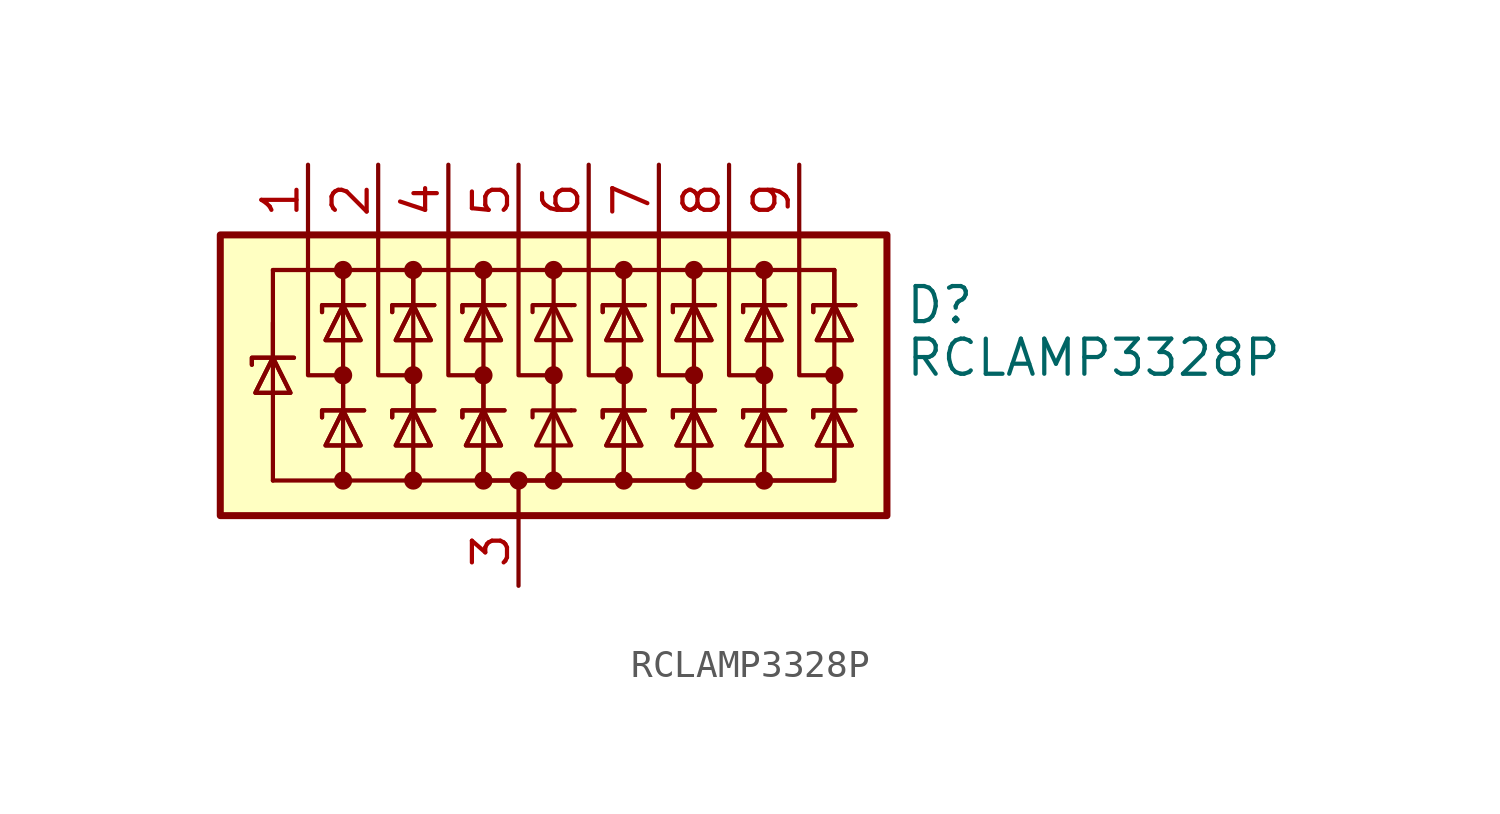
<source format=kicad_sym>
(kicad_symbol_lib
  (version 20200908)
  (generator kicad_symbol_editor)
  (symbol "Power_Protection:RCLAMP3328P"
    (pin_names hide)
    (property "Reference" "D"
      (at 13.97 2.54 0)
      (effects (font (size 1.27 1.27)) (justify left)))
    (property "Value" "RCLAMP3328P"
      (at 13.97 0.635 0)
      (effects (font (size 1.27 1.27)) (justify left)))
    (symbol "RCLAMP3328P_0_1"
      (circle (center -6.35 -3.81) (radius 0.254) (stroke (width 0)) (fill (type outline)))
      (circle (center -6.35 0) (radius 0.254) (stroke (width 0)) (fill (type outline)))
      (circle (center -6.35 3.81) (radius 0.254) (stroke (width 0)) (fill (type outline)))
      (circle (center -3.81 -3.81) (radius 0.254) (stroke (width 0)) (fill (type outline)))
      (circle (center -3.81 0) (radius 0.254) (stroke (width 0)) (fill (type outline)))
      (circle (center -3.81 3.81) (radius 0.254) (stroke (width 0)) (fill (type outline)))
      (circle (center -1.27 -3.81) (radius 0.254) (stroke (width 0)) (fill (type outline)))
      (circle (center -1.27 0) (radius 0.254) (stroke (width 0)) (fill (type outline)))
      (circle (center -1.27 3.81) (radius 0.254) (stroke (width 0)) (fill (type outline)))
      (circle (center 0 -3.81) (radius 0.254) (stroke (width 0)) (fill (type outline)))
      (circle (center 1.27 -3.81) (radius 0.254) (stroke (width 0)) (fill (type outline)))
      (circle (center 1.27 0) (radius 0.254) (stroke (width 0)) (fill (type outline)))
      (circle (center 1.27 3.81) (radius 0.254) (stroke (width 0)) (fill (type outline)))
      (circle (center 3.81 -3.81) (radius 0.254) (stroke (width 0)) (fill (type outline)))
      (circle (center 3.81 0) (radius 0.254) (stroke (width 0)) (fill (type outline)))
      (circle (center 3.81 3.81) (radius 0.254) (stroke (width 0)) (fill (type outline)))
      (circle (center 6.35 -3.81) (radius 0.254) (stroke (width 0)) (fill (type outline)))
      (circle (center 6.35 0) (radius 0.254) (stroke (width 0)) (fill (type outline)))
      (circle (center 6.35 3.81) (radius 0.254) (stroke (width 0)) (fill (type outline)))
      (circle (center 8.89 -3.81) (radius 0.254) (stroke (width 0)) (fill (type outline)))
      (circle (center 8.89 0) (radius 0.254) (stroke (width 0)) (fill (type outline)))
      (circle (center 8.89 3.81) (radius 0.254) (stroke (width 0)) (fill (type outline)))
      (circle (center 11.43 0) (radius 0.254) (stroke (width 0)) (fill (type outline)))
      (rectangle (start -10.795 5.08) (end 13.335 -5.08) (stroke (width 0.254)) (fill (type background)))
      (polyline (pts (xy -8.89 0.635) (xy -8.89 -3.81)) (stroke (width 0)) (fill (type none)))
      (polyline (pts (xy -8.89 1.905) (xy -8.89 0.635)) (stroke (width 0)) (fill (type none)))
      (polyline (pts (xy -8.89 3.81) (xy -8.89 0.635)) (stroke (width 0)) (fill (type none)))
      (polyline (pts (xy -6.35 -3.81) (xy -8.89 -3.81)) (stroke (width 0)) (fill (type none)))
      (polyline (pts (xy -6.35 0) (xy -6.35 -1.27)) (stroke (width 0)) (fill (type none)))
      (polyline (pts (xy -6.35 2.54) (xy -6.35 -1.27)) (stroke (width 0)) (fill (type none)))
      (polyline (pts (xy -6.35 3.81) (xy -6.35 2.54)) (stroke (width 0)) (fill (type none)))
      (polyline (pts (xy -6.35 3.81) (xy -6.35 2.54)) (stroke (width 0)) (fill (type none)))
      (polyline (pts (xy -3.81 0) (xy -3.81 -1.27)) (stroke (width 0)) (fill (type none)))
      (polyline (pts (xy -3.81 2.54) (xy -3.81 -1.27)) (stroke (width 0)) (fill (type none)))
      (polyline (pts (xy -3.81 3.81) (xy -3.81 2.54)) (stroke (width 0)) (fill (type none)))
      (polyline (pts (xy -3.81 3.81) (xy -3.81 2.54)) (stroke (width 0)) (fill (type none)))
      (polyline (pts (xy -1.27 0) (xy -1.27 -1.27)) (stroke (width 0)) (fill (type none)))
      (polyline (pts (xy -1.27 2.54) (xy -1.27 -1.27)) (stroke (width 0)) (fill (type none)))
      (polyline (pts (xy -1.27 3.81) (xy -1.27 2.54)) (stroke (width 0)) (fill (type none)))
      (polyline (pts (xy -1.27 3.81) (xy -1.27 2.54)) (stroke (width 0)) (fill (type none)))
      (polyline (pts (xy 0 -5.08) (xy 0 -3.81)) (stroke (width 0)) (fill (type none)))
      (polyline (pts (xy 1.27 -3.81) (xy 1.27 2.54)) (stroke (width 0)) (fill (type none)))
      (polyline (pts (xy 1.27 3.81) (xy 1.27 2.54)) (stroke (width 0)) (fill (type none)))
      (polyline (pts (xy 1.905 -1.27) (xy 2.032 -1.27)) (stroke (width 0)) (fill (type none)))
      (polyline (pts (xy 1.905 2.54) (xy 2.032 2.54)) (stroke (width 0)) (fill (type none)))
      (polyline (pts (xy 3.81 2.54) (xy 3.81 -1.27)) (stroke (width 0)) (fill (type none)))
      (polyline (pts (xy 3.81 3.81) (xy 3.81 2.54)) (stroke (width 0)) (fill (type none)))
      (polyline (pts (xy 6.35 2.54) (xy 6.35 -1.27)) (stroke (width 0)) (fill (type none)))
      (polyline (pts (xy 6.35 3.81) (xy 6.35 2.54)) (stroke (width 0)) (fill (type none)))
      (polyline (pts (xy 6.35 3.81) (xy 6.35 2.54)) (stroke (width 0)) (fill (type none)))
      (polyline (pts (xy 8.89 2.54) (xy 8.89 -1.27)) (stroke (width 0)) (fill (type none)))
      (polyline (pts (xy 8.89 3.81) (xy 8.89 2.54)) (stroke (width 0)) (fill (type none)))
      (polyline (pts (xy 8.89 3.81) (xy 8.89 2.54)) (stroke (width 0)) (fill (type none)))
      (polyline (pts (xy 11.43 2.54) (xy 11.43 -1.27)) (stroke (width 0)) (fill (type none)))
      (polyline (pts (xy 11.43 3.81) (xy -8.89 3.81)) (stroke (width 0)) (fill (type none)))
      (polyline (pts (xy 11.43 3.81) (xy 11.43 2.54)) (stroke (width 0)) (fill (type none)))
      (polyline (pts (xy 11.43 3.81) (xy 11.43 2.54)) (stroke (width 0)) (fill (type none)))
      (polyline (pts (xy -7.62 5.08) (xy -7.62 0) (xy -6.35 0)) (stroke (width 0)) (fill (type none)))
      (polyline (pts (xy -6.35 -1.27) (xy -6.35 -3.81) (xy -3.81 -3.81)) (stroke (width 0)) (fill (type none)))
      (polyline (pts (xy -5.08 5.08) (xy -5.08 0) (xy -3.81 0)) (stroke (width 0)) (fill (type none)))
      (polyline (pts (xy -3.81 -1.27) (xy -3.81 -3.81) (xy -1.27 -3.81)) (stroke (width 0)) (fill (type none)))
      (polyline (pts (xy -2.54 5.08) (xy -2.54 0) (xy -1.27 0)) (stroke (width 0)) (fill (type none)))
      (polyline (pts (xy 0 5.08) (xy 0 0) (xy 1.27 0)) (stroke (width 0)) (fill (type none)))
      (polyline (pts (xy 1.905 -1.27) (xy 0.508 -1.27) (xy 0.508 -1.524)) (stroke (width 0)) (fill (type none)))
      (polyline (pts (xy 1.905 2.54) (xy 0.508 2.54) (xy 0.508 2.286)) (stroke (width 0)) (fill (type none)))
      (polyline (pts (xy 2.54 5.08) (xy 2.54 0) (xy 3.81 0)) (stroke (width 0)) (fill (type none)))
      (polyline (pts (xy 5.08 5.08) (xy 5.08 0) (xy 6.35 0)) (stroke (width 0)) (fill (type none)))
      (polyline (pts (xy 6.35 -1.27) (xy 6.35 -3.81) (xy 3.81 -3.81)) (stroke (width 0)) (fill (type none)))
      (polyline (pts (xy 6.35 -1.27) (xy 6.35 -3.81) (xy 3.81 -3.81)) (stroke (width 0)) (fill (type none)))
      (polyline (pts (xy 7.62 5.08) (xy 7.62 0) (xy 8.89 0)) (stroke (width 0)) (fill (type none)))
      (polyline (pts (xy 8.89 -1.27) (xy 8.89 -3.81) (xy 6.35 -3.81)) (stroke (width 0)) (fill (type none)))
      (polyline (pts (xy 8.89 -1.27) (xy 8.89 -3.81) (xy 6.35 -3.81)) (stroke (width 0)) (fill (type none)))
      (polyline (pts (xy 10.16 5.08) (xy 10.16 0) (xy 11.43 0)) (stroke (width 0)) (fill (type none)))
      (polyline (pts (xy 11.43 -1.27) (xy 11.43 -3.81) (xy 8.89 -3.81)) (stroke (width 0)) (fill (type none)))
      (polyline (pts (xy 11.43 -1.27) (xy 11.43 -3.81) (xy 8.89 -3.81)) (stroke (width 0)) (fill (type none)))
      (polyline (pts (xy -9.652 0.381) (xy -9.652 0.635) (xy -8.255 0.635) (xy -8.128 0.635)) (stroke (width 0)) (fill (type none)))
      (polyline (pts (xy -9.652 0.381) (xy -9.652 0.635) (xy -8.255 0.635) (xy -8.128 0.635)) (stroke (width 0)) (fill (type none)))
      (polyline (pts (xy -8.89 0.635) (xy -8.255 -0.635) (xy -9.525 -0.635) (xy -8.89 0.635)) (stroke (width 0)) (fill (type none)))
      (polyline (pts (xy -8.89 0.635) (xy -8.255 -0.635) (xy -9.525 -0.635) (xy -8.89 0.635)) (stroke (width 0)) (fill (type none)))
      (polyline (pts (xy -7.112 -1.524) (xy -7.112 -1.27) (xy -5.715 -1.27) (xy -5.588 -1.27)) (stroke (width 0)) (fill (type none)))
      (polyline (pts (xy -7.112 -1.524) (xy -7.112 -1.27) (xy -5.715 -1.27) (xy -5.588 -1.27)) (stroke (width 0)) (fill (type none)))
      (polyline (pts (xy -7.112 2.286) (xy -7.112 2.54) (xy -5.715 2.54) (xy -5.588 2.54)) (stroke (width 0)) (fill (type none)))
      (polyline (pts (xy -7.112 2.286) (xy -7.112 2.54) (xy -5.715 2.54) (xy -5.588 2.54)) (stroke (width 0)) (fill (type none)))
      (polyline (pts (xy -6.35 -1.27) (xy -5.715 -2.54) (xy -6.985 -2.54) (xy -6.35 -1.27)) (stroke (width 0)) (fill (type none)))
      (polyline (pts (xy -6.35 -1.27) (xy -5.715 -2.54) (xy -6.985 -2.54) (xy -6.35 -1.27)) (stroke (width 0)) (fill (type none)))
      (polyline (pts (xy -6.35 2.54) (xy -5.715 1.27) (xy -6.985 1.27) (xy -6.35 2.54)) (stroke (width 0)) (fill (type none)))
      (polyline (pts (xy -6.35 2.54) (xy -5.715 1.27) (xy -6.985 1.27) (xy -6.35 2.54)) (stroke (width 0)) (fill (type none)))
      (polyline (pts (xy -4.572 -1.524) (xy -4.572 -1.27) (xy -3.175 -1.27) (xy -3.048 -1.27)) (stroke (width 0)) (fill (type none)))
      (polyline (pts (xy -4.572 -1.524) (xy -4.572 -1.27) (xy -3.175 -1.27) (xy -3.048 -1.27)) (stroke (width 0)) (fill (type none)))
      (polyline (pts (xy -4.572 2.286) (xy -4.572 2.54) (xy -3.175 2.54) (xy -3.048 2.54)) (stroke (width 0)) (fill (type none)))
      (polyline (pts (xy -4.572 2.286) (xy -4.572 2.54) (xy -3.175 2.54) (xy -3.048 2.54)) (stroke (width 0)) (fill (type none)))
      (polyline (pts (xy -3.81 -1.27) (xy -3.175 -2.54) (xy -4.445 -2.54) (xy -3.81 -1.27)) (stroke (width 0)) (fill (type none)))
      (polyline (pts (xy -3.81 -1.27) (xy -3.175 -2.54) (xy -4.445 -2.54) (xy -3.81 -1.27)) (stroke (width 0)) (fill (type none)))
      (polyline (pts (xy -3.81 2.54) (xy -3.175 1.27) (xy -4.445 1.27) (xy -3.81 2.54)) (stroke (width 0)) (fill (type none)))
      (polyline (pts (xy -3.81 2.54) (xy -3.175 1.27) (xy -4.445 1.27) (xy -3.81 2.54)) (stroke (width 0)) (fill (type none)))
      (polyline (pts (xy -2.032 -1.524) (xy -2.032 -1.27) (xy -0.635 -1.27) (xy -0.508 -1.27)) (stroke (width 0)) (fill (type none)))
      (polyline (pts (xy -2.032 -1.524) (xy -2.032 -1.27) (xy -0.635 -1.27) (xy -0.508 -1.27)) (stroke (width 0)) (fill (type none)))
      (polyline (pts (xy -2.032 2.286) (xy -2.032 2.54) (xy -0.635 2.54) (xy -0.508 2.54)) (stroke (width 0)) (fill (type none)))
      (polyline (pts (xy -2.032 2.286) (xy -2.032 2.54) (xy -0.635 2.54) (xy -0.508 2.54)) (stroke (width 0)) (fill (type none)))
      (polyline (pts (xy -1.27 -1.27) (xy -1.27 -3.81) (xy 3.81 -3.81) (xy 3.81 -1.27)) (stroke (width 0)) (fill (type none)))
      (polyline (pts (xy -1.27 -1.27) (xy -1.27 -3.81) (xy 3.81 -3.81) (xy 3.81 -1.27)) (stroke (width 0)) (fill (type none)))
      (polyline (pts (xy -1.27 -1.27) (xy -0.635 -2.54) (xy -1.905 -2.54) (xy -1.27 -1.27)) (stroke (width 0)) (fill (type none)))
      (polyline (pts (xy -1.27 -1.27) (xy -0.635 -2.54) (xy -1.905 -2.54) (xy -1.27 -1.27)) (stroke (width 0)) (fill (type none)))
      (polyline (pts (xy -1.27 2.54) (xy -0.635 1.27) (xy -1.905 1.27) (xy -1.27 2.54)) (stroke (width 0)) (fill (type none)))
      (polyline (pts (xy -1.27 2.54) (xy -0.635 1.27) (xy -1.905 1.27) (xy -1.27 2.54)) (stroke (width 0)) (fill (type none)))
      (polyline (pts (xy 1.905 -2.54) (xy 0.635 -2.54) (xy 1.27 -1.27) (xy 1.905 -2.54)) (stroke (width 0)) (fill (type none)))
      (polyline (pts (xy 1.905 1.27) (xy 0.635 1.27) (xy 1.27 2.54) (xy 1.905 1.27)) (stroke (width 0)) (fill (type none)))
      (polyline (pts (xy 3.048 -1.524) (xy 3.048 -1.27) (xy 4.445 -1.27) (xy 4.572 -1.27)) (stroke (width 0)) (fill (type none)))
      (polyline (pts (xy 3.048 -1.524) (xy 3.048 -1.27) (xy 4.445 -1.27) (xy 4.572 -1.27)) (stroke (width 0)) (fill (type none)))
      (polyline (pts (xy 3.048 2.286) (xy 3.048 2.54) (xy 4.445 2.54) (xy 4.572 2.54)) (stroke (width 0)) (fill (type none)))
      (polyline (pts (xy 3.048 2.286) (xy 3.048 2.54) (xy 4.445 2.54) (xy 4.572 2.54)) (stroke (width 0)) (fill (type none)))
      (polyline (pts (xy 3.81 -1.27) (xy 3.175 -2.54) (xy 4.445 -2.54) (xy 3.81 -1.27)) (stroke (width 0)) (fill (type none)))
      (polyline (pts (xy 3.81 -1.27) (xy 3.175 -2.54) (xy 4.445 -2.54) (xy 3.81 -1.27)) (stroke (width 0)) (fill (type none)))
      (polyline (pts (xy 3.81 2.54) (xy 3.175 1.27) (xy 4.445 1.27) (xy 3.81 2.54)) (stroke (width 0)) (fill (type none)))
      (polyline (pts (xy 3.81 2.54) (xy 3.175 1.27) (xy 4.445 1.27) (xy 3.81 2.54)) (stroke (width 0)) (fill (type none)))
      (polyline (pts (xy 5.588 -1.524) (xy 5.588 -1.27) (xy 6.985 -1.27) (xy 7.112 -1.27)) (stroke (width 0)) (fill (type none)))
      (polyline (pts (xy 5.588 -1.524) (xy 5.588 -1.27) (xy 6.985 -1.27) (xy 7.112 -1.27)) (stroke (width 0)) (fill (type none)))
      (polyline (pts (xy 5.588 2.286) (xy 5.588 2.54) (xy 6.985 2.54) (xy 7.112 2.54)) (stroke (width 0)) (fill (type none)))
      (polyline (pts (xy 5.588 2.286) (xy 5.588 2.54) (xy 6.985 2.54) (xy 7.112 2.54)) (stroke (width 0)) (fill (type none)))
      (polyline (pts (xy 6.35 -1.27) (xy 5.715 -2.54) (xy 6.985 -2.54) (xy 6.35 -1.27)) (stroke (width 0)) (fill (type none)))
      (polyline (pts (xy 6.35 -1.27) (xy 5.715 -2.54) (xy 6.985 -2.54) (xy 6.35 -1.27)) (stroke (width 0)) (fill (type none)))
      (polyline (pts (xy 6.35 2.54) (xy 5.715 1.27) (xy 6.985 1.27) (xy 6.35 2.54)) (stroke (width 0)) (fill (type none)))
      (polyline (pts (xy 6.35 2.54) (xy 5.715 1.27) (xy 6.985 1.27) (xy 6.35 2.54)) (stroke (width 0)) (fill (type none)))
      (polyline (pts (xy 8.128 -1.524) (xy 8.128 -1.27) (xy 9.525 -1.27) (xy 9.652 -1.27)) (stroke (width 0)) (fill (type none)))
      (polyline (pts (xy 8.128 -1.524) (xy 8.128 -1.27) (xy 9.525 -1.27) (xy 9.652 -1.27)) (stroke (width 0)) (fill (type none)))
      (polyline (pts (xy 8.128 2.286) (xy 8.128 2.54) (xy 9.525 2.54) (xy 9.652 2.54)) (stroke (width 0)) (fill (type none)))
      (polyline (pts (xy 8.128 2.286) (xy 8.128 2.54) (xy 9.525 2.54) (xy 9.652 2.54)) (stroke (width 0)) (fill (type none)))
      (polyline (pts (xy 8.89 -1.27) (xy 8.255 -2.54) (xy 9.525 -2.54) (xy 8.89 -1.27)) (stroke (width 0)) (fill (type none)))
      (polyline (pts (xy 8.89 -1.27) (xy 8.255 -2.54) (xy 9.525 -2.54) (xy 8.89 -1.27)) (stroke (width 0)) (fill (type none)))
      (polyline (pts (xy 8.89 2.54) (xy 8.255 1.27) (xy 9.525 1.27) (xy 8.89 2.54)) (stroke (width 0)) (fill (type none)))
      (polyline (pts (xy 8.89 2.54) (xy 8.255 1.27) (xy 9.525 1.27) (xy 8.89 2.54)) (stroke (width 0)) (fill (type none)))
      (polyline (pts (xy 10.668 -1.524) (xy 10.668 -1.27) (xy 12.065 -1.27) (xy 12.192 -1.27)) (stroke (width 0)) (fill (type none)))
      (polyline (pts (xy 10.668 -1.524) (xy 10.668 -1.27) (xy 12.065 -1.27) (xy 12.192 -1.27)) (stroke (width 0)) (fill (type none)))
      (polyline (pts (xy 10.668 2.286) (xy 10.668 2.54) (xy 12.065 2.54) (xy 12.192 2.54)) (stroke (width 0)) (fill (type none)))
      (polyline (pts (xy 10.668 2.286) (xy 10.668 2.54) (xy 12.065 2.54) (xy 12.192 2.54)) (stroke (width 0)) (fill (type none)))
      (polyline (pts (xy 11.43 -1.27) (xy 10.795 -2.54) (xy 12.065 -2.54) (xy 11.43 -1.27)) (stroke (width 0)) (fill (type none)))
      (polyline (pts (xy 11.43 -1.27) (xy 10.795 -2.54) (xy 12.065 -2.54) (xy 11.43 -1.27)) (stroke (width 0)) (fill (type none)))
      (polyline (pts (xy 11.43 2.54) (xy 10.795 1.27) (xy 12.065 1.27) (xy 11.43 2.54)) (stroke (width 0)) (fill (type none)))
      (polyline (pts (xy 11.43 2.54) (xy 10.795 1.27) (xy 12.065 1.27) (xy 11.43 2.54)) (stroke (width 0)) (fill (type none))))
    (symbol "RCLAMP3328P_0_0"
      (pin passive line (at 0 -7.62 90) (length 2.54) (name "A" (effects (font (size 1.27 1.27)))) (number "3" (effects (font (size 1.27 1.27))))))
    (symbol "RCLAMP3328P_1_1"
      (pin passive line (at -7.62 7.62 270) (length 2.54) (name "K1" (effects (font (size 1.27 1.27)))) (number "1" (effects (font (size 1.27 1.27)))))
      (pin passive line (at -5.08 7.62 270) (length 2.54) (name "K2" (effects (font (size 1.27 1.27)))) (number "2" (effects (font (size 1.27 1.27)))))
      (pin passive line (at -2.54 7.62 270) (length 2.54) (name "K3" (effects (font (size 1.27 1.27)))) (number "4" (effects (font (size 1.27 1.27)))))
      (pin passive line (at 0 7.62 270) (length 2.54) (name "K4" (effects (font (size 1.27 1.27)))) (number "5" (effects (font (size 1.27 1.27)))))
      (pin passive line (at 2.54 7.62 270) (length 2.54) (name "K5" (effects (font (size 1.27 1.27)))) (number "6" (effects (font (size 1.27 1.27)))))
      (pin passive line (at 5.08 7.62 270) (length 2.54) (name "K6" (effects (font (size 1.27 1.27)))) (number "7" (effects (font (size 1.27 1.27)))))
      (pin passive line (at 7.62 7.62 270) (length 2.54) (name "K7" (effects (font (size 1.27 1.27)))) (number "8" (effects (font (size 1.27 1.27)))))
      (pin passive line (at 10.16 7.62 270) (length 2.54) (name "K8" (effects (font (size 1.27 1.27)))) (number "9" (effects (font (size 1.27 1.27))))))))
</source>
